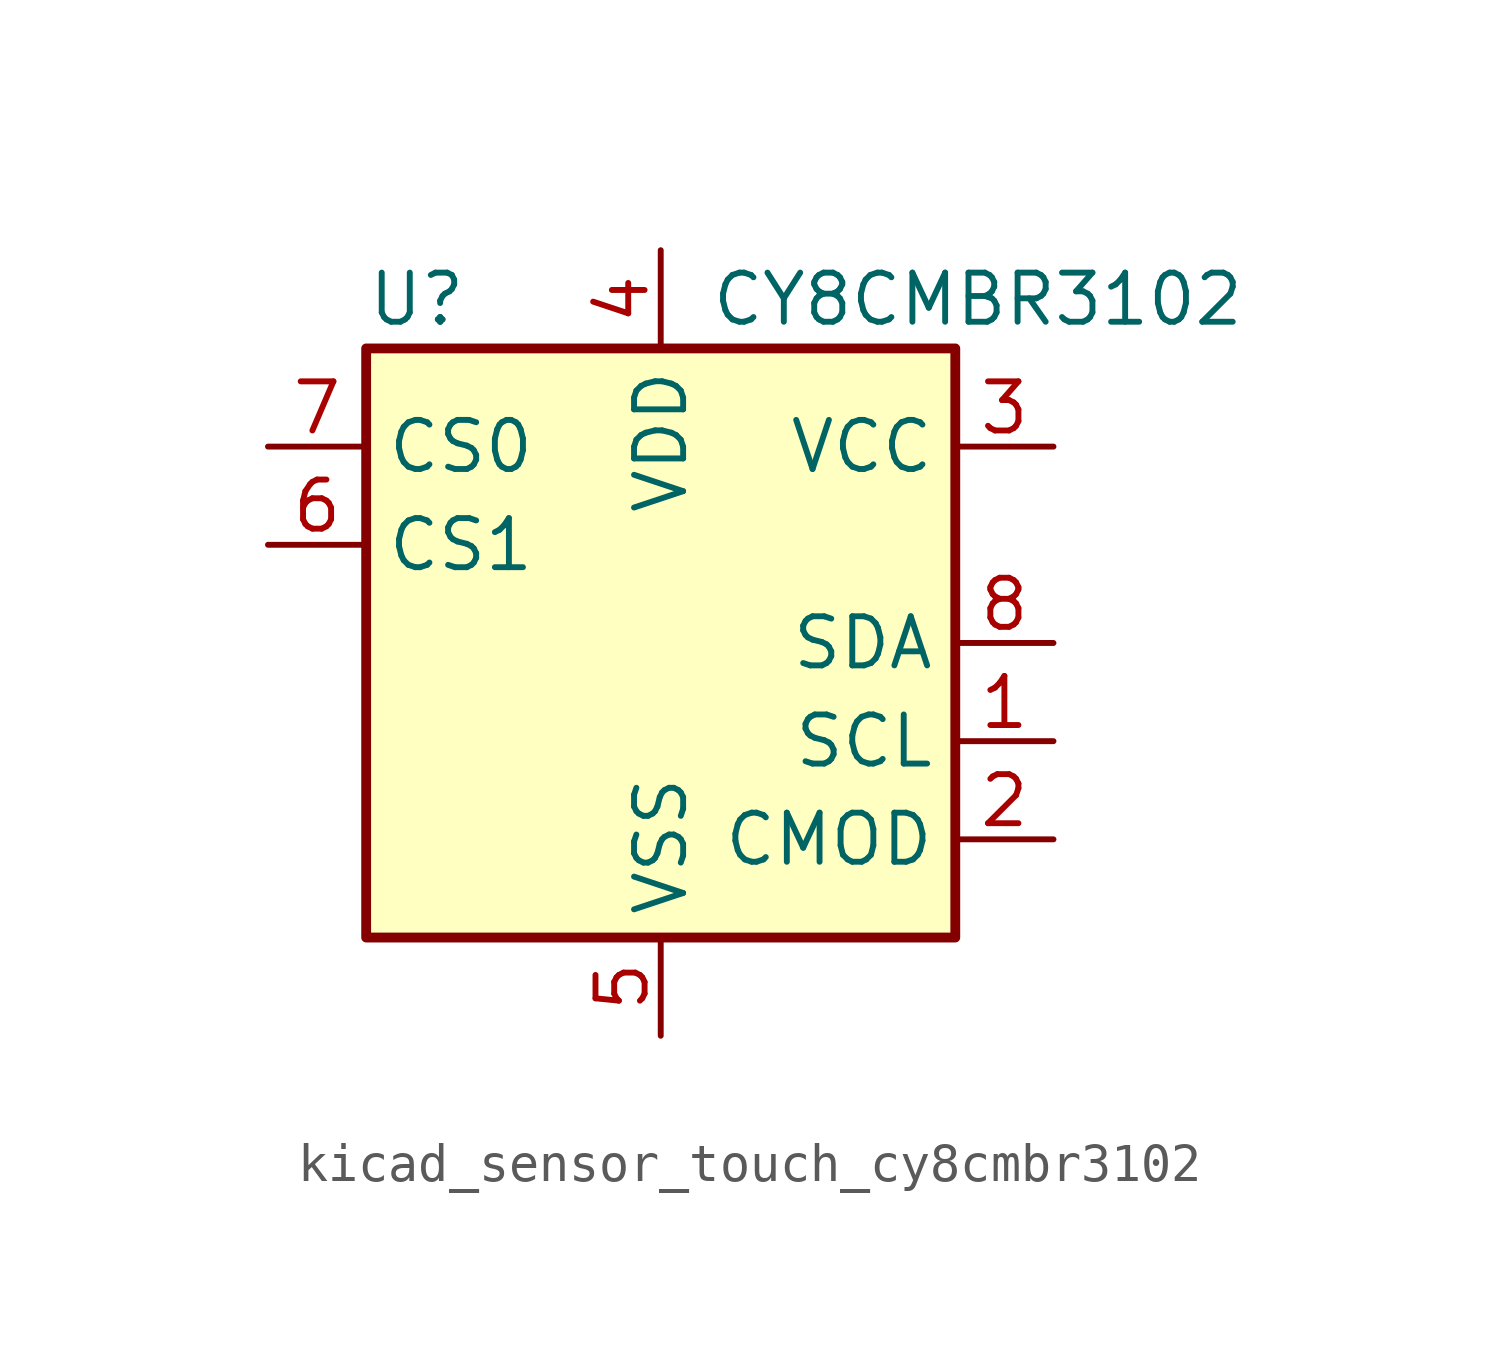
<source format=kicad_sym>
(kicad_symbol_lib
  (version 20220914)
  (generator kicad_symbol_editor)
  (symbol "kicad_sensor_touch_cy8cmbr3102"
    (property "Reference" "U"
      (at -7.62 8.89 0)
      (effects (font (size 1.27 1.27)) (justify left)))
    (property "Value" "CY8CMBR3102"
      (at 1.27 8.89 0)
      (effects (font (size 1.27 1.27)) (justify left)))
    (symbol "kicad_sensor_touch_cy8cmbr3102_0_1"
      (rectangle (start -7.62 7.62) (end 7.62 -7.62) (stroke (width 0.254) (type default)) (fill (type background))))
    (symbol "kicad_sensor_touch_cy8cmbr3102_1_1"
      (pin input line (at 10.16 -2.54 180) (length 2.54) (name "SCL" (effects (font (size 1.27 1.27)))) (number "1" (effects (font (size 1.27 1.27)))))
      (pin passive line (at 10.16 -5.08 180) (length 2.54) (name "CMOD" (effects (font (size 1.27 1.27)))) (number "2" (effects (font (size 1.27 1.27)))))
      (pin passive line (at 10.16 5.08 180) (length 2.54) (name "VCC" (effects (font (size 1.27 1.27)))) (number "3" (effects (font (size 1.27 1.27)))))
      (pin power_in line (at 0 10.16 270) (length 2.54) (name "VDD" (effects (font (size 1.27 1.27)))) (number "4" (effects (font (size 1.27 1.27)))))
      (pin power_in line (at 0 -10.16 90) (length 2.54) (name "VSS" (effects (font (size 1.27 1.27)))) (number "5" (effects (font (size 1.27 1.27)))))
      (pin passive line (at -10.16 2.54 0) (length 2.54) (name "CS1" (effects (font (size 1.27 1.27)))) (number "6" (effects (font (size 1.27 1.27)))))
      (pin passive line (at -10.16 5.08 0) (length 2.54) (name "CS0" (effects (font (size 1.27 1.27)))) (number "7" (effects (font (size 1.27 1.27)))))
      (pin bidirectional line (at 10.16 0 180) (length 2.54) (name "SDA" (effects (font (size 1.27 1.27)))) (number "8" (effects (font (size 1.27 1.27))))))))
</source>
